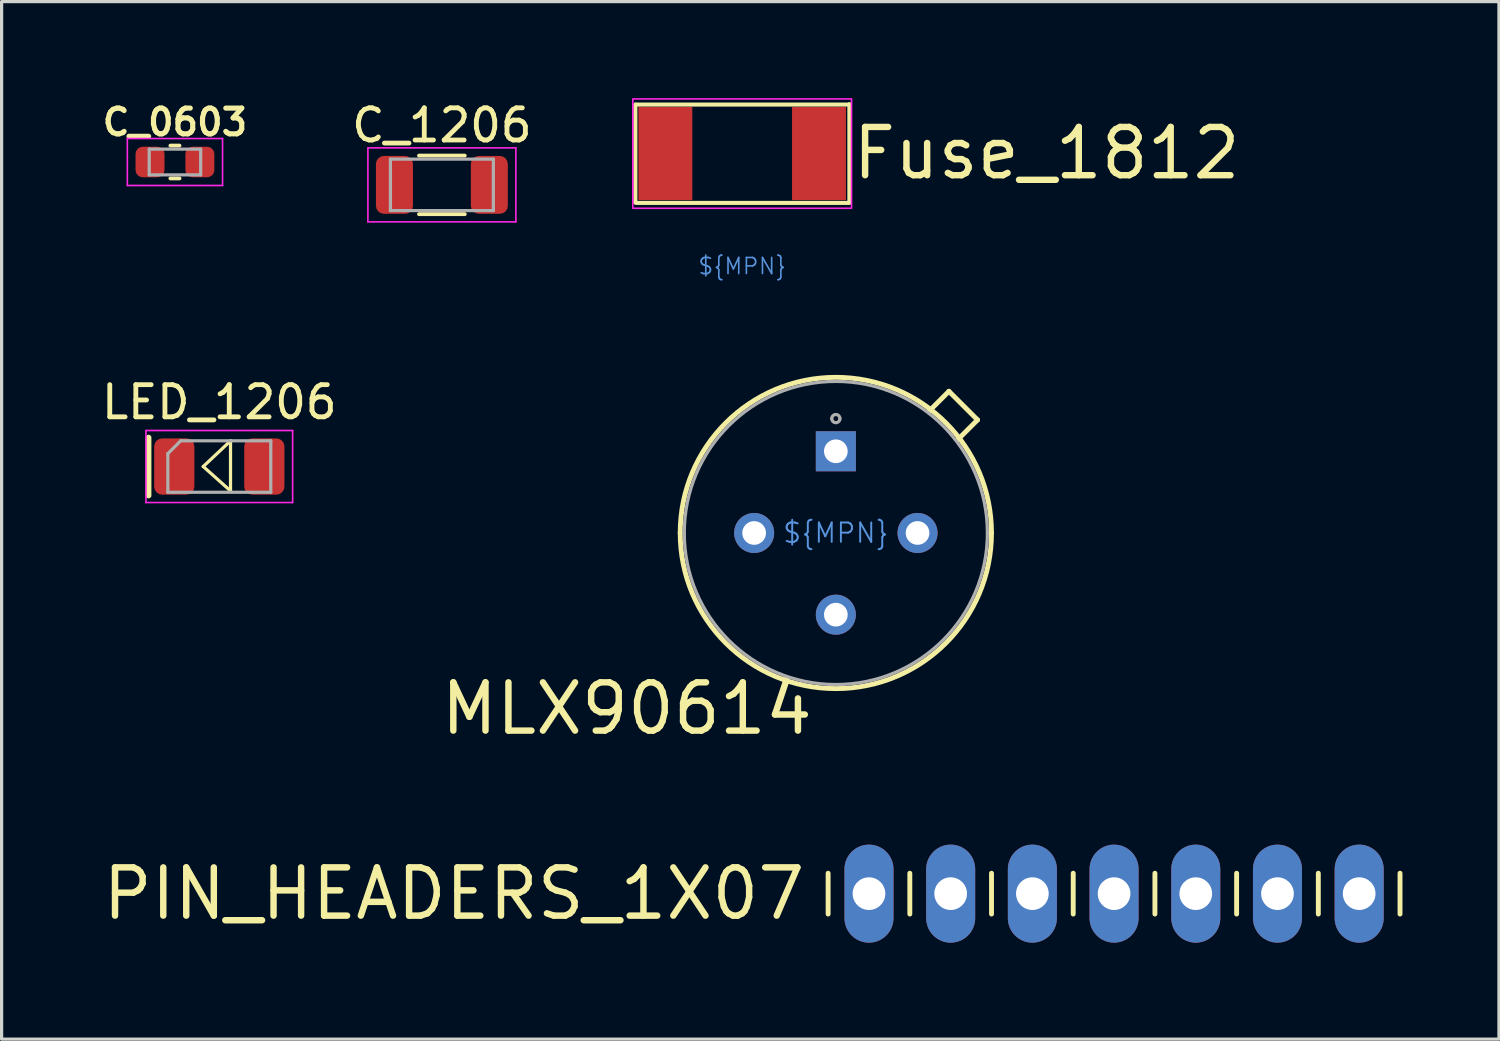
<source format=kicad_pcb>
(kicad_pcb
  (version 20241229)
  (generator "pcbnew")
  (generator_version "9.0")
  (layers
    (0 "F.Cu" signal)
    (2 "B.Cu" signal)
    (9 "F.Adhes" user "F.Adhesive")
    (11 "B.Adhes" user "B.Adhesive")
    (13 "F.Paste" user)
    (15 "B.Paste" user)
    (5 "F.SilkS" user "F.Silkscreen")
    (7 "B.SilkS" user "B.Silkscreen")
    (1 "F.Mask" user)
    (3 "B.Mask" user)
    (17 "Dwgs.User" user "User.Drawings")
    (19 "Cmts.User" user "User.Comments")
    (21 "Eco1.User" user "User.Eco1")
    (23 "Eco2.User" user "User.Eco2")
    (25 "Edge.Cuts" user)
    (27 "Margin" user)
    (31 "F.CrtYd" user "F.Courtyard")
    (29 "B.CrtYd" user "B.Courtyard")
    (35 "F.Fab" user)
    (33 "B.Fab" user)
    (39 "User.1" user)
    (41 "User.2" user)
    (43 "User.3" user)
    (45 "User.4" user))
  (footprint "PIN_HEADERS_1X07"
    (layer "F.Cu")
    (at 31.586 24.733)
    (property "Reference" "PIN_HEADERS_1X07" (at -9.5 0 0) (unlocked yes) (layer "F.SilkS") (effects (font (size 1.5 1.5) (thickness 0.2)) (justify right)))
    (fp_line (start -8.89 -0.635) (end -8.89 0.635) (stroke (width 0.152) (type solid)) (layer "F.SilkS"))
    (fp_line (start -6.35 -0.635) (end -6.35 0.635) (stroke (width 0.152) (type solid)) (layer "F.SilkS"))
    (fp_line (start -3.81 -0.635) (end -3.81 0.635) (stroke (width 0.152) (type solid)) (layer "F.SilkS"))
    (fp_line (start -1.27 -0.635) (end -1.27 0.635) (stroke (width 0.152) (type solid)) (layer "F.SilkS"))
    (fp_line (start 1.27 -0.635) (end 1.27 0.635) (stroke (width 0.152) (type solid)) (layer "F.SilkS"))
    (fp_line (start 3.81 -0.635) (end 3.81 0.635) (stroke (width 0.152) (type solid)) (layer "F.SilkS"))
    (fp_line (start 6.35 -0.635) (end 6.35 0.635) (stroke (width 0.152) (type solid)) (layer "F.SilkS"))
    (fp_line (start 8.89 -0.635) (end 8.89 0.635) (stroke (width 0.152) (type solid)) (layer "F.SilkS"))
    (fp_line (start -8.89 0.635) (end -8.255 1.27) (stroke (width 0.152) (type solid)) (layer "F.Paste"))
    (fp_line (start -8.255 -1.27) (end -8.89 -0.635) (stroke (width 0.152) (type solid)) (layer "F.Paste"))
    (fp_line (start -8.255 -1.27) (end -6.985 -1.27) (stroke (width 0.152) (type solid)) (layer "F.Paste"))
    (fp_line (start -6.985 -1.27) (end -6.35 -0.635) (stroke (width 0.152) (type solid)) (layer "F.Paste"))
    (fp_line (start -6.985 1.27) (end -8.255 1.27) (stroke (width 0.152) (type solid)) (layer "F.Paste"))
    (fp_line (start -6.35 -0.635) (end -5.715 -1.27) (stroke (width 0.152) (type solid)) (layer "F.Paste"))
    (fp_line (start -6.35 0.635) (end -6.985 1.27) (stroke (width 0.152) (type solid)) (layer "F.Paste"))
    (fp_line (start -5.715 -1.27) (end -4.445 -1.27) (stroke (width 0.152) (type solid)) (layer "F.Paste"))
    (fp_line (start -5.715 1.27) (end -6.35 0.635) (stroke (width 0.152) (type solid)) (layer "F.Paste"))
    (fp_line (start -4.445 -1.27) (end -3.81 -0.635) (stroke (width 0.152) (type solid)) (layer "F.Paste"))
    (fp_line (start -4.445 1.27) (end -5.715 1.27) (stroke (width 0.152) (type solid)) (layer "F.Paste"))
    (fp_line (start -3.81 -0.635) (end -3.175 -1.27) (stroke (width 0.152) (type solid)) (layer "F.Paste"))
    (fp_line (start -3.81 0.635) (end -4.445 1.27) (stroke (width 0.152) (type solid)) (layer "F.Paste"))
    (fp_line (start -3.175 -1.27) (end -1.905 -1.27) (stroke (width 0.152) (type solid)) (layer "F.Paste"))
    (fp_line (start -3.175 1.27) (end -3.81 0.635) (stroke (width 0.152) (type solid)) (layer "F.Paste"))
    (fp_line (start -1.905 -1.27) (end -1.27 -0.635) (stroke (width 0.152) (type solid)) (layer "F.Paste"))
    (fp_line (start -1.905 1.27) (end -3.175 1.27) (stroke (width 0.152) (type solid)) (layer "F.Paste"))
    (fp_line (start -1.27 0.635) (end -1.905 1.27) (stroke (width 0.152) (type solid)) (layer "F.Paste"))
    (fp_line (start -1.27 0.635) (end -0.635 1.27) (stroke (width 0.152) (type solid)) (layer "F.Paste"))
    (fp_line (start -0.635 -1.27) (end -1.27 -0.635) (stroke (width 0.152) (type solid)) (layer "F.Paste"))
    (fp_line (start -0.635 -1.27) (end 0.635 -1.27) (stroke (width 0.152) (type solid)) (layer "F.Paste"))
    (fp_line (start 0.635 -1.27) (end 1.27 -0.635) (stroke (width 0.152) (type solid)) (layer "F.Paste"))
    (fp_line (start 0.635 1.27) (end -0.635 1.27) (stroke (width 0.152) (type solid)) (layer "F.Paste"))
    (fp_line (start 1.27 -0.635) (end 1.905 -1.27) (stroke (width 0.152) (type solid)) (layer "F.Paste"))
    (fp_line (start 1.27 0.635) (end 0.635 1.27) (stroke (width 0.152) (type solid)) (layer "F.Paste"))
    (fp_line (start 1.905 -1.27) (end 3.175 -1.27) (stroke (width 0.152) (type solid)) (layer "F.Paste"))
    (fp_line (start 1.905 1.27) (end 1.27 0.635) (stroke (width 0.152) (type solid)) (layer "F.Paste"))
    (fp_line (start 3.175 -1.27) (end 3.81 -0.635) (stroke (width 0.152) (type solid)) (layer "F.Paste"))
    (fp_line (start 3.175 1.27) (end 1.905 1.27) (stroke (width 0.152) (type solid)) (layer "F.Paste"))
    (fp_line (start 3.81 -0.635) (end 4.445 -1.27) (stroke (width 0.152) (type solid)) (layer "F.Paste"))
    (fp_line (start 3.81 0.635) (end 3.175 1.27) (stroke (width 0.152) (type solid)) (layer "F.Paste"))
    (fp_line (start 4.445 -1.27) (end 5.715 -1.27) (stroke (width 0.152) (type solid)) (layer "F.Paste"))
    (fp_line (start 4.445 1.27) (end 3.81 0.635) (stroke (width 0.152) (type solid)) (layer "F.Paste"))
    (fp_line (start 5.715 -1.27) (end 6.35 -0.635) (stroke (width 0.152) (type solid)) (layer "F.Paste"))
    (fp_line (start 5.715 1.27) (end 4.445 1.27) (stroke (width 0.152) (type solid)) (layer "F.Paste"))
    (fp_line (start 6.35 0.635) (end 5.715 1.27) (stroke (width 0.152) (type solid)) (layer "F.Paste"))
    (fp_line (start 6.35 0.635) (end 6.985 1.27) (stroke (width 0.152) (type solid)) (layer "F.Paste"))
    (fp_line (start 6.985 -1.27) (end 6.35 -0.635) (stroke (width 0.152) (type solid)) (layer "F.Paste"))
    (fp_line (start 6.985 -1.27) (end 8.255 -1.27) (stroke (width 0.152) (type solid)) (layer "F.Paste"))
    (fp_line (start 8.255 -1.27) (end 8.89 -0.635) (stroke (width 0.152) (type solid)) (layer "F.Paste"))
    (fp_line (start 8.255 1.27) (end 6.985 1.27) (stroke (width 0.152) (type solid)) (layer "F.Paste"))
    (fp_line (start 8.89 0.635) (end 8.255 1.27) (stroke (width 0.152) (type solid)) (layer "F.Paste"))
    (fp_poly (pts (xy -7.874 0.254) (xy -7.366 0.254) (xy -7.366 -0.254) (xy -7.874 -0.254)) (stroke (width 0.1) (type default)) (fill no) (layer "F.Fab"))
    (fp_poly (pts (xy -5.334 0.254) (xy -4.826 0.254) (xy -4.826 -0.254) (xy -5.334 -0.254)) (stroke (width 0.1) (type default)) (fill no) (layer "F.Fab"))
    (fp_poly (pts (xy -2.794 0.254) (xy -2.286 0.254) (xy -2.286 -0.254) (xy -2.794 -0.254)) (stroke (width 0.1) (type default)) (fill no) (layer "F.Fab"))
    (fp_poly (pts (xy -0.254 0.254) (xy 0.254 0.254) (xy 0.254 -0.254) (xy -0.254 -0.254)) (stroke (width 0.1) (type default)) (fill no) (layer "F.Fab"))
    (fp_poly (pts (xy 2.286 0.254) (xy 2.794 0.254) (xy 2.794 -0.254) (xy 2.286 -0.254)) (stroke (width 0.1) (type default)) (fill no) (layer "F.Fab"))
    (fp_poly (pts (xy 4.826 0.254) (xy 5.334 0.254) (xy 5.334 -0.254) (xy 4.826 -0.254)) (stroke (width 0.1) (type default)) (fill no) (layer "F.Fab"))
    (fp_poly (pts (xy 7.366 0.254) (xy 7.874 0.254) (xy 7.874 -0.254) (xy 7.366 -0.254)) (stroke (width 0.1) (type default)) (fill no) (layer "F.Fab"))
    (pad "1" thru_hole oval (at -7.62 0 90) (size 3.048 1.524) (drill 1.016) (layers "*.Cu" "*.Mask"))
    (pad "2" thru_hole oval (at -5.08 0 90) (size 3.048 1.524) (drill 1.016) (layers "*.Cu" "*.Mask"))
    (pad "3" thru_hole oval (at -2.54 0 90) (size 3.048 1.524) (drill 1.016) (layers "*.Cu" "*.Mask"))
    (pad "4" thru_hole oval (at 0 0 90) (size 3.048 1.524) (drill 1.016) (layers "*.Cu" "*.Mask"))
    (pad "5" thru_hole oval (at 2.54 0 90) (size 3.048 1.524) (drill 1.016) (layers "*.Cu" "*.Mask"))
    (pad "6" thru_hole oval (at 5.08 0 90) (size 3.048 1.524) (drill 1.016) (layers "*.Cu" "*.Mask"))
    (pad "7" thru_hole oval (at 7.62 0 90) (size 3.048 1.524) (drill 1.016) (layers "*.Cu" "*.Mask")))
  (footprint "C_1206"
    (layer "F.Cu")
    (at 10.688 2.698)
    (property "Reference" "C_1206" (at 0 -1.85 0) (layer "F.SilkS") (effects (font (size 1 1) (thickness 0.15) (bold yes))))
    (attr smd)
    (fp_line (start -0.711 -0.91) (end 0.711 -0.91) (stroke (width 0.12) (type solid)) (layer "F.SilkS"))
    (fp_line (start -0.711 0.91) (end 0.711 0.91) (stroke (width 0.12) (type solid)) (layer "F.SilkS"))
    (fp_line (start -2.3 -1.15) (end 2.3 -1.15) (stroke (width 0.05) (type solid)) (layer "F.CrtYd"))
    (fp_line (start -2.3 1.15) (end -2.3 -1.15) (stroke (width 0.05) (type solid)) (layer "F.CrtYd"))
    (fp_line (start 2.3 -1.15) (end 2.3 1.15) (stroke (width 0.05) (type solid)) (layer "F.CrtYd"))
    (fp_line (start 2.3 1.15) (end -2.3 1.15) (stroke (width 0.05) (type solid)) (layer "F.CrtYd"))
    (fp_line (start -1.6 -0.8) (end 1.6 -0.8) (stroke (width 0.1) (type solid)) (layer "F.Fab"))
    (fp_line (start -1.6 0.8) (end -1.6 -0.8) (stroke (width 0.1) (type solid)) (layer "F.Fab"))
    (fp_line (start 1.6 -0.8) (end 1.6 0.8) (stroke (width 0.1) (type solid)) (layer "F.Fab"))
    (fp_line (start 1.6 0.8) (end -1.6 0.8) (stroke (width 0.1) (type solid)) (layer "F.Fab"))
    (pad "1" smd roundrect (at -1.475 0) (size 1.15 1.8) (layers "F.Cu" "F.Mask" "F.Paste") (roundrect_rratio 0.217))
    (pad "2" smd roundrect (at 1.475 0) (size 1.15 1.8) (layers "F.Cu" "F.Mask" "F.Paste") (roundrect_rratio 0.217)))
  (footprint "MLX90614"
    (layer "F.Cu")
    (at 22.936 10.98)
    (property "Reference" "MLX90614" (at -6.5 8 0) (unlocked yes) (layer "F.SilkS") (effects (font (size 1.5 1.5) (thickness 0.2))))
    (property "MPN" "${MPN}" (at 0 2.54 0) (layer "Cmts.User") (effects (font (size 0.6 0.6) (thickness 0.06))))
    (fp_line (start 3.516 -1.865) (end 2.887 -1.236) (stroke (width 0.152) (type solid)) (layer "F.SilkS"))
    (fp_line (start 4.405 -0.976) (end 3.516 -1.865) (stroke (width 0.152) (type solid)) (layer "F.SilkS"))
    (fp_line (start 4.405 -0.976) (end 3.776 -0.347) (stroke (width 0.152) (type solid)) (layer "F.SilkS"))
    (fp_arc (start -4.8387 2.54) (mid 0 -2.2987) (end 4.8387 2.54) (stroke (width 0.1524) (type solid)) (layer "F.SilkS"))
    (fp_arc (start 4.8387 2.54) (mid -0.000001 7.3787) (end -4.8387 2.539998) (stroke (width 0.1524) (type solid)) (layer "F.SilkS"))
    (fp_arc (start -4.7117 2.54) (mid 0 -2.1717) (end 4.7117 2.54) (stroke (width 0.1) (type solid)) (layer "F.Fab"))
    (fp_arc (start -0.127 -1.016) (mid 0 -1.142999) (end 0.127 -1.016) (stroke (width 0.1) (type solid)) (layer "F.Fab"))
    (fp_arc (start 0.127 -1.016) (mid 0 -0.888999) (end -0.127 -1.016) (stroke (width 0.1) (type solid)) (layer "F.Fab"))
    (fp_arc (start 4.7117 2.54) (mid -0.000001 7.2517) (end -4.7117 2.539998) (stroke (width 0.1) (type solid)) (layer "F.Fab"))
    (pad "1" thru_hole rect (at 0 0) (size 1.245 1.245) (drill 0.737) (layers "*.Cu" "*.Mask"))
    (pad "2" thru_hole circle (at -2.54 2.54) (size 1.245 1.245) (drill 0.737) (layers "*.Cu" "*.Mask"))
    (pad "3" thru_hole circle (at 0 5.08) (size 1.245 1.245) (drill 0.737) (layers "*.Cu" "*.Mask"))
    (pad "4" thru_hole circle (at 2.54 2.54) (size 1.245 1.245) (drill 0.737) (layers "*.Cu" "*.Mask")))
  (footprint "Fuse_1812"
    (layer "F.Cu")
    (at 20.024 1.725)
    (property "Reference" "Fuse_1812" (at 3.333 -0.012 0) (layer "F.SilkS") (effects (font (size 1.5 1.5) (thickness 0.2) (bold yes)) (justify left)))
    (property "MPN" "${MPN}" (at 0 3.5 0) (layer "Cmts.User") (effects (font (size 0.5 0.5) (thickness 0.05))))
    (attr smd)
    (fp_line (start -3.321 1.524) (end -3.321 -1.524) (stroke (width 0.127) (type solid)) (layer "F.SilkS"))
    (fp_line (start -3.31 -1.524) (end 3.333 -1.524) (stroke (width 0.127) (type solid)) (layer "F.SilkS"))
    (fp_line (start 3.333 -1.536) (end 3.333 1.512) (stroke (width 0.127) (type solid)) (layer "F.SilkS"))
    (fp_line (start 3.333 1.533) (end -3.286 1.533) (stroke (width 0.127) (type solid)) (layer "F.SilkS"))
    (fp_rect (start -3.4 -1.7) (end 3.4 1.7) (stroke (width 0.05) (type default)) (fill no) (layer "F.CrtYd"))
    (pad "1" smd rect (at -2.388 0) (size 1.676 2.896) (layers "F.Cu" "F.Mask" "F.Paste"))
    (pad "2" smd rect (at 2.388 0) (size 1.676 2.896) (layers "F.Cu" "F.Mask" "F.Paste")))
  (footprint "LED_1206"
    (layer "F.Cu")
    (at 3.768 11.454)
    (property "Reference" "LED_1206" (at 0 -2 0) (layer "F.SilkS") (effects (font (size 1 1) (thickness 0.15))))
    (property "MPN" "${MPN}" (at 0 3 0) (layer "Cmts.User") (hide yes) (effects (font (size 0.6 0.6) (thickness 0.06))))
    (attr smd)
    (fp_line (start -2.2 -0.9) (end -2.2 0.9) (stroke (width 0.178) (type solid)) (layer "F.SilkS"))
    (fp_line (start -0.5 0) (end 0.349 -0.798) (stroke (width 0.1) (type default)) (layer "F.SilkS"))
    (fp_line (start 0.349 -0.798) (end 0.349 0.758) (stroke (width 0.1) (type default)) (layer "F.SilkS"))
    (fp_line (start 0.349 0.758) (end -0.5 0) (stroke (width 0.1) (type default)) (layer "F.SilkS"))
    (fp_line (start -2.28 -1.12) (end 2.28 -1.12) (stroke (width 0.05) (type solid)) (layer "F.CrtYd"))
    (fp_line (start -2.28 1.12) (end -2.28 -1.12) (stroke (width 0.05) (type solid)) (layer "F.CrtYd"))
    (fp_line (start 2.28 -1.12) (end 2.28 1.12) (stroke (width 0.05) (type solid)) (layer "F.CrtYd"))
    (fp_line (start 2.28 1.12) (end -2.28 1.12) (stroke (width 0.05) (type solid)) (layer "F.CrtYd"))
    (fp_line (start -1.6 -0.4) (end -1.6 0.8) (stroke (width 0.1) (type solid)) (layer "F.Fab"))
    (fp_line (start -1.6 0.8) (end 1.6 0.8) (stroke (width 0.1) (type solid)) (layer "F.Fab"))
    (fp_line (start -1.2 -0.8) (end -1.6 -0.4) (stroke (width 0.1) (type solid)) (layer "F.Fab"))
    (fp_line (start 1.6 -0.8) (end -1.2 -0.8) (stroke (width 0.1) (type solid)) (layer "F.Fab"))
    (fp_line (start 1.6 0.8) (end 1.6 -0.8) (stroke (width 0.1) (type solid)) (layer "F.Fab"))
    (pad "1" smd roundrect (at -1.4 0) (size 1.25 1.75) (layers "F.Cu" "F.Mask" "F.Paste") (roundrect_rratio 0.2))
    (pad "2" smd roundrect (at 1.4 0) (size 1.25 1.75) (layers "F.Cu" "F.Mask" "F.Paste") (roundrect_rratio 0.2)))
  (footprint "C_0603"
    (layer "F.Cu")
    (at 2.389 1.987)
    (property "Reference" "C_0603" (at 0 -1.238 0) (layer "F.SilkS") (effects (font (size 0.8 0.8) (thickness 0.16) (bold yes))))
    (attr smd)
    (fp_line (start -0.141 -0.51) (end 0.141 -0.51) (stroke (width 0.12) (type solid)) (layer "F.SilkS"))
    (fp_line (start -0.141 0.51) (end 0.141 0.51) (stroke (width 0.12) (type solid)) (layer "F.SilkS"))
    (fp_line (start -1.48 -0.73) (end 1.48 -0.73) (stroke (width 0.05) (type solid)) (layer "F.CrtYd"))
    (fp_line (start -1.48 0.73) (end -1.48 -0.73) (stroke (width 0.05) (type solid)) (layer "F.CrtYd"))
    (fp_line (start 1.48 -0.73) (end 1.48 0.73) (stroke (width 0.05) (type solid)) (layer "F.CrtYd"))
    (fp_line (start 1.48 0.73) (end -1.48 0.73) (stroke (width 0.05) (type solid)) (layer "F.CrtYd"))
    (fp_line (start -0.8 -0.4) (end 0.8 -0.4) (stroke (width 0.1) (type solid)) (layer "F.Fab"))
    (fp_line (start -0.8 0.4) (end -0.8 -0.4) (stroke (width 0.1) (type solid)) (layer "F.Fab"))
    (fp_line (start 0.8 -0.4) (end 0.8 0.4) (stroke (width 0.1) (type solid)) (layer "F.Fab"))
    (fp_line (start 0.8 0.4) (end -0.8 0.4) (stroke (width 0.1) (type solid)) (layer "F.Fab"))
    (pad "1" smd roundrect (at -0.775 0) (size 0.9 0.95) (layers "F.Cu" "F.Mask" "F.Paste") (roundrect_rratio 0.25))
    (pad "2" smd roundrect (at 0.775 0) (size 0.9 0.95) (layers "F.Cu" "F.Mask" "F.Paste") (roundrect_rratio 0.25)))
  (gr_rect
    (start -3 -3)
    (end 43.552 29.257)
    (stroke (width 0.1) (type default))
    (fill no)
    (layer "Edge.Cuts")))
</source>
